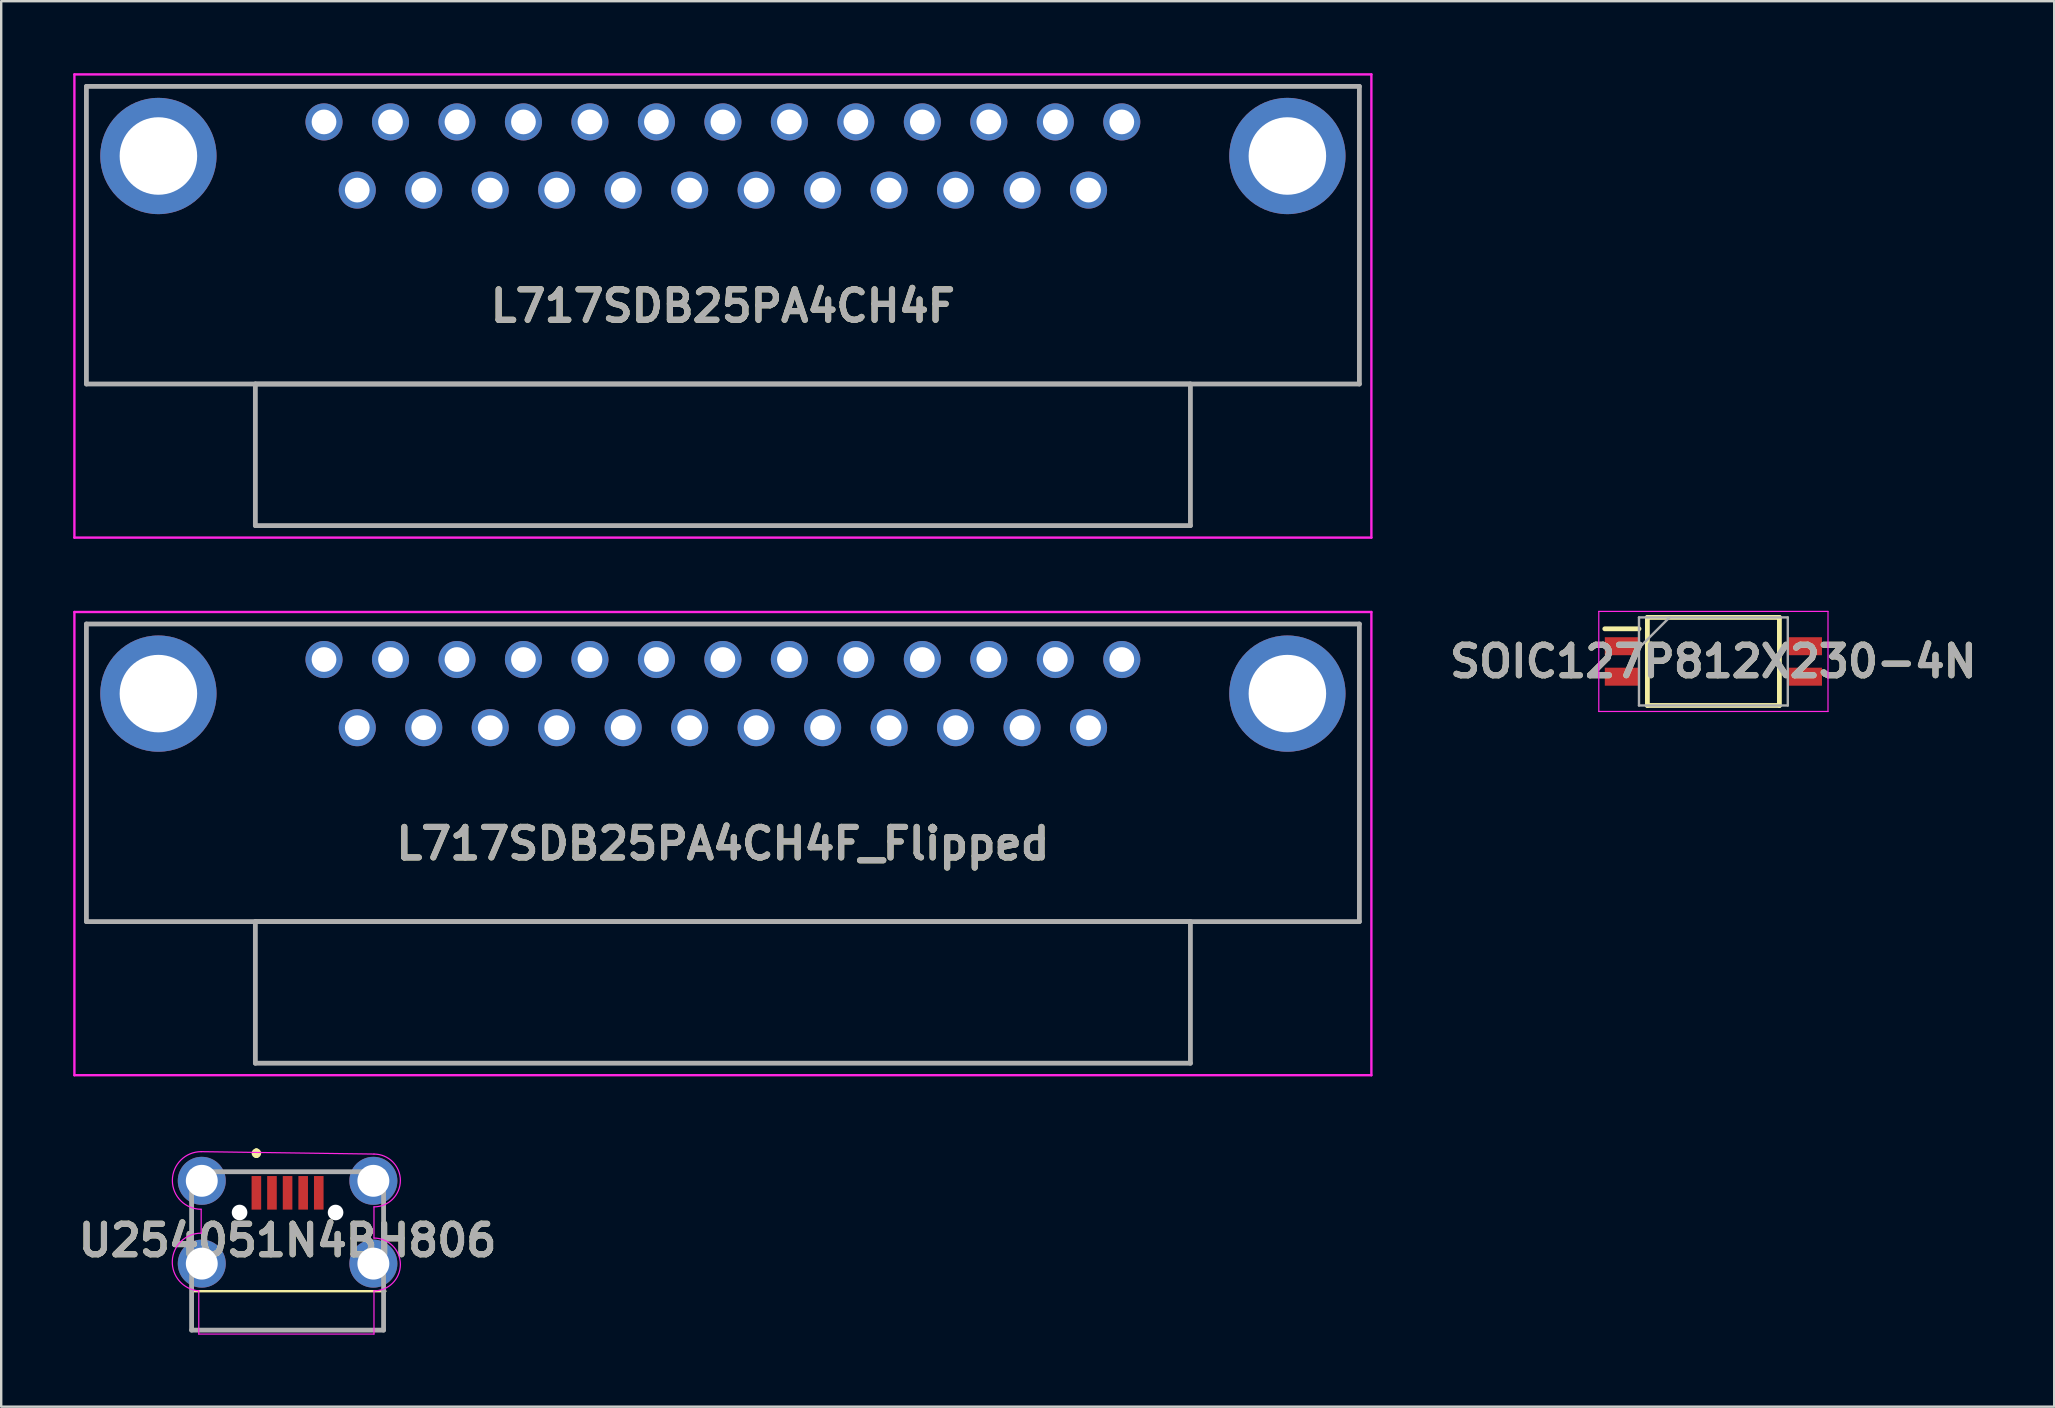
<source format=kicad_pcb>
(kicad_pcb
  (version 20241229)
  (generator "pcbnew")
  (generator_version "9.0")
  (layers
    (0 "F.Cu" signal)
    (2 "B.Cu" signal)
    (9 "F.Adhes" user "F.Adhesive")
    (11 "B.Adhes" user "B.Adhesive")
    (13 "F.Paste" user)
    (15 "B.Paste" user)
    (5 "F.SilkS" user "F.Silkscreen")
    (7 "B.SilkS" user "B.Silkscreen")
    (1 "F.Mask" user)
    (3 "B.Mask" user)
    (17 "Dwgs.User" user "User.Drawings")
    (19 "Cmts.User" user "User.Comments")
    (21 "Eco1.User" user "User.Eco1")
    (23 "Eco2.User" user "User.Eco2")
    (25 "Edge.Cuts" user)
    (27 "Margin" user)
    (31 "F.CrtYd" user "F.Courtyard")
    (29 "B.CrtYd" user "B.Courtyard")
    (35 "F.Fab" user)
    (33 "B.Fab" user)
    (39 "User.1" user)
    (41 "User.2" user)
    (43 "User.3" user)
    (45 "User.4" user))
  (footprint "L717SDB25PA4CH4F"
    (layer "F.Cu")
    (at 10.45 2.03)
    (property "Reference" "L717SDB25PA4CH4F" (at 16.62 7.67 0) (layer "F.SilkS") (effects (font (size 1.27 1.27) (thickness 0.254))))
    (attr through_hole)
    (fp_line (start -9.9 -1.48) (end 43.14 -1.48) (stroke (width 0.1) (type solid)) (layer "F.SilkS"))
    (fp_line (start -9.9 10.92) (end -9.9 -1.48) (stroke (width 0.1) (type solid)) (layer "F.SilkS"))
    (fp_line (start 43.14 -1.48) (end 43.14 10.92) (stroke (width 0.1) (type solid)) (layer "F.SilkS"))
    (fp_line (start 43.14 10.92) (end -9.9 10.92) (stroke (width 0.1) (type solid)) (layer "F.SilkS"))
    (fp_line (start -10.4 -1.98) (end 43.64 -1.98) (stroke (width 0.1) (type solid)) (layer "F.CrtYd"))
    (fp_line (start -10.4 17.32) (end -10.4 -1.98) (stroke (width 0.1) (type solid)) (layer "F.CrtYd"))
    (fp_line (start 43.64 -1.98) (end 43.64 17.32) (stroke (width 0.1) (type solid)) (layer "F.CrtYd"))
    (fp_line (start 43.64 17.32) (end -10.4 17.32) (stroke (width 0.1) (type solid)) (layer "F.CrtYd"))
    (fp_line (start -9.9 -1.48) (end 43.14 -1.48) (stroke (width 0.2) (type solid)) (layer "F.Fab"))
    (fp_line (start -9.9 10.92) (end -9.9 -1.48) (stroke (width 0.2) (type solid)) (layer "F.Fab"))
    (fp_line (start -2.86 10.92) (end -2.86 16.82) (stroke (width 0.2) (type solid)) (layer "F.Fab"))
    (fp_line (start -2.86 16.82) (end 36.1 16.82) (stroke (width 0.2) (type solid)) (layer "F.Fab"))
    (fp_line (start 36.1 10.92) (end -2.86 10.92) (stroke (width 0.2) (type solid)) (layer "F.Fab"))
    (fp_line (start 36.1 16.82) (end 36.1 10.92) (stroke (width 0.2) (type solid)) (layer "F.Fab"))
    (fp_line (start 43.14 -1.48) (end 43.14 10.92) (stroke (width 0.2) (type solid)) (layer "F.Fab"))
    (fp_line (start 43.14 10.92) (end -9.9 10.92) (stroke (width 0.2) (type solid)) (layer "F.Fab"))
    (fp_text user "${REFERENCE}" (at 16.62 7.67 0) (layer "F.Fab") (effects (font (size 1.27 1.27) (thickness 0.254))))
    (pad "1" thru_hole circle (at 0 0) (size 1.545 1.545) (drill 1.03) (layers "*.Cu" "*.Mask"))
    (pad "2" thru_hole circle (at 2.77 0) (size 1.545 1.545) (drill 1.03) (layers "*.Cu" "*.Mask"))
    (pad "3" thru_hole circle (at 5.54 0) (size 1.545 1.545) (drill 1.03) (layers "*.Cu" "*.Mask"))
    (pad "4" thru_hole circle (at 8.31 0) (size 1.545 1.545) (drill 1.03) (layers "*.Cu" "*.Mask"))
    (pad "5" thru_hole circle (at 11.08 0) (size 1.545 1.545) (drill 1.03) (layers "*.Cu" "*.Mask"))
    (pad "6" thru_hole circle (at 13.85 0) (size 1.545 1.545) (drill 1.03) (layers "*.Cu" "*.Mask"))
    (pad "7" thru_hole circle (at 16.62 0) (size 1.545 1.545) (drill 1.03) (layers "*.Cu" "*.Mask"))
    (pad "8" thru_hole circle (at 19.39 0) (size 1.545 1.545) (drill 1.03) (layers "*.Cu" "*.Mask"))
    (pad "9" thru_hole circle (at 22.16 0) (size 1.545 1.545) (drill 1.03) (layers "*.Cu" "*.Mask"))
    (pad "10" thru_hole circle (at 24.93 0) (size 1.545 1.545) (drill 1.03) (layers "*.Cu" "*.Mask"))
    (pad "11" thru_hole circle (at 27.7 0) (size 1.545 1.545) (drill 1.03) (layers "*.Cu" "*.Mask"))
    (pad "12" thru_hole circle (at 30.47 0) (size 1.545 1.545) (drill 1.03) (layers "*.Cu" "*.Mask"))
    (pad "13" thru_hole circle (at 33.24 0) (size 1.545 1.545) (drill 1.03) (layers "*.Cu" "*.Mask"))
    (pad "14" thru_hole circle (at 1.385 2.84) (size 1.545 1.545) (drill 1.03) (layers "*.Cu" "*.Mask"))
    (pad "15" thru_hole circle (at 4.155 2.84) (size 1.545 1.545) (drill 1.03) (layers "*.Cu" "*.Mask"))
    (pad "16" thru_hole circle (at 6.925 2.84) (size 1.545 1.545) (drill 1.03) (layers "*.Cu" "*.Mask"))
    (pad "17" thru_hole circle (at 9.695 2.84) (size 1.545 1.545) (drill 1.03) (layers "*.Cu" "*.Mask"))
    (pad "18" thru_hole circle (at 12.465 2.84) (size 1.545 1.545) (drill 1.03) (layers "*.Cu" "*.Mask"))
    (pad "19" thru_hole circle (at 15.235 2.84) (size 1.545 1.545) (drill 1.03) (layers "*.Cu" "*.Mask"))
    (pad "20" thru_hole circle (at 18.005 2.84) (size 1.545 1.545) (drill 1.03) (layers "*.Cu" "*.Mask"))
    (pad "21" thru_hole circle (at 20.775 2.84) (size 1.545 1.545) (drill 1.03) (layers "*.Cu" "*.Mask"))
    (pad "22" thru_hole circle (at 23.545 2.84) (size 1.545 1.545) (drill 1.03) (layers "*.Cu" "*.Mask"))
    (pad "23" thru_hole circle (at 26.315 2.84) (size 1.545 1.545) (drill 1.03) (layers "*.Cu" "*.Mask"))
    (pad "24" thru_hole circle (at 29.085 2.84) (size 1.545 1.545) (drill 1.03) (layers "*.Cu" "*.Mask"))
    (pad "25" thru_hole circle (at 31.855 2.84) (size 1.545 1.545) (drill 1.03) (layers "*.Cu" "*.Mask"))
    (pad "MH1" thru_hole circle (at -6.9 1.42) (size 4.845 4.845) (drill 3.23) (layers "*.Cu" "*.Mask"))
    (pad "MH2" thru_hole circle (at 40.14 1.42) (size 4.845 4.845) (drill 3.23) (layers "*.Cu" "*.Mask")))
  (footprint "L717SDB25PA4CH4F_Flipped"
    (layer "F.Cu")
    (at 10.45 24.43)
    (property "Reference" "L717SDB25PA4CH4F_Flipped" (at 16.62 7.67 0) (layer "F.SilkS") (effects (font (size 1.27 1.27) (thickness 0.254))))
    (attr through_hole)
    (fp_line (start -9.9 -1.48) (end 43.14 -1.48) (stroke (width 0.1) (type solid)) (layer "F.SilkS"))
    (fp_line (start -9.9 10.92) (end -9.9 -1.48) (stroke (width 0.1) (type solid)) (layer "F.SilkS"))
    (fp_line (start 43.14 -1.48) (end 43.14 10.92) (stroke (width 0.1) (type solid)) (layer "F.SilkS"))
    (fp_line (start 43.14 10.92) (end -9.9 10.92) (stroke (width 0.1) (type solid)) (layer "F.SilkS"))
    (fp_line (start -10.4 -1.98) (end 43.64 -1.98) (stroke (width 0.1) (type solid)) (layer "F.CrtYd"))
    (fp_line (start -10.4 17.32) (end -10.4 -1.98) (stroke (width 0.1) (type solid)) (layer "F.CrtYd"))
    (fp_line (start 43.64 -1.98) (end 43.64 17.32) (stroke (width 0.1) (type solid)) (layer "F.CrtYd"))
    (fp_line (start 43.64 17.32) (end -10.4 17.32) (stroke (width 0.1) (type solid)) (layer "F.CrtYd"))
    (fp_line (start -9.9 -1.48) (end 43.14 -1.48) (stroke (width 0.2) (type solid)) (layer "F.Fab"))
    (fp_line (start -9.9 10.92) (end -9.9 -1.48) (stroke (width 0.2) (type solid)) (layer "F.Fab"))
    (fp_line (start -2.86 10.92) (end -2.86 16.82) (stroke (width 0.2) (type solid)) (layer "F.Fab"))
    (fp_line (start -2.86 16.82) (end 36.1 16.82) (stroke (width 0.2) (type solid)) (layer "F.Fab"))
    (fp_line (start 36.1 10.92) (end -2.86 10.92) (stroke (width 0.2) (type solid)) (layer "F.Fab"))
    (fp_line (start 36.1 16.82) (end 36.1 10.92) (stroke (width 0.2) (type solid)) (layer "F.Fab"))
    (fp_line (start 43.14 -1.48) (end 43.14 10.92) (stroke (width 0.2) (type solid)) (layer "F.Fab"))
    (fp_line (start 43.14 10.92) (end -9.9 10.92) (stroke (width 0.2) (type solid)) (layer "F.Fab"))
    (fp_text user "${REFERENCE}" (at 16.62 7.67 0) (layer "F.Fab") (effects (font (size 1.27 1.27) (thickness 0.254))))
    (pad "1" thru_hole circle (at 33.24 0) (size 1.545 1.545) (drill 1.03) (layers "*.Cu" "*.Mask"))
    (pad "2" thru_hole circle (at 30.47 0) (size 1.545 1.545) (drill 1.03) (layers "*.Cu" "*.Mask"))
    (pad "3" thru_hole circle (at 27.7 0) (size 1.545 1.545) (drill 1.03) (layers "*.Cu" "*.Mask"))
    (pad "4" thru_hole circle (at 24.93 0) (size 1.545 1.545) (drill 1.03) (layers "*.Cu" "*.Mask"))
    (pad "5" thru_hole circle (at 22.16 0) (size 1.545 1.545) (drill 1.03) (layers "*.Cu" "*.Mask"))
    (pad "6" thru_hole circle (at 19.39 0) (size 1.545 1.545) (drill 1.03) (layers "*.Cu" "*.Mask"))
    (pad "7" thru_hole circle (at 16.62 0) (size 1.545 1.545) (drill 1.03) (layers "*.Cu" "*.Mask"))
    (pad "8" thru_hole circle (at 13.85 0) (size 1.545 1.545) (drill 1.03) (layers "*.Cu" "*.Mask"))
    (pad "9" thru_hole circle (at 11.08 0) (size 1.545 1.545) (drill 1.03) (layers "*.Cu" "*.Mask"))
    (pad "10" thru_hole circle (at 8.31 0) (size 1.545 1.545) (drill 1.03) (layers "*.Cu" "*.Mask"))
    (pad "11" thru_hole circle (at 5.54 0) (size 1.545 1.545) (drill 1.03) (layers "*.Cu" "*.Mask"))
    (pad "12" thru_hole circle (at 2.77 0) (size 1.545 1.545) (drill 1.03) (layers "*.Cu" "*.Mask"))
    (pad "13" thru_hole circle (at 0 0) (size 1.545 1.545) (drill 1.03) (layers "*.Cu" "*.Mask"))
    (pad "14" thru_hole circle (at 31.855 2.84) (size 1.545 1.545) (drill 1.03) (layers "*.Cu" "*.Mask"))
    (pad "15" thru_hole circle (at 29.085 2.84) (size 1.545 1.545) (drill 1.03) (layers "*.Cu" "*.Mask"))
    (pad "16" thru_hole circle (at 26.315 2.84) (size 1.545 1.545) (drill 1.03) (layers "*.Cu" "*.Mask"))
    (pad "17" thru_hole circle (at 23.545 2.84) (size 1.545 1.545) (drill 1.03) (layers "*.Cu" "*.Mask"))
    (pad "18" thru_hole circle (at 20.775 2.84) (size 1.545 1.545) (drill 1.03) (layers "*.Cu" "*.Mask"))
    (pad "19" thru_hole circle (at 18.005 2.84) (size 1.545 1.545) (drill 1.03) (layers "*.Cu" "*.Mask"))
    (pad "20" thru_hole circle (at 15.235 2.84) (size 1.545 1.545) (drill 1.03) (layers "*.Cu" "*.Mask"))
    (pad "21" thru_hole circle (at 12.465 2.84) (size 1.545 1.545) (drill 1.03) (layers "*.Cu" "*.Mask"))
    (pad "22" thru_hole circle (at 9.695 2.84) (size 1.545 1.545) (drill 1.03) (layers "*.Cu" "*.Mask"))
    (pad "23" thru_hole circle (at 6.925 2.84) (size 1.545 1.545) (drill 1.03) (layers "*.Cu" "*.Mask"))
    (pad "24" thru_hole circle (at 4.155 2.84) (size 1.545 1.545) (drill 1.03) (layers "*.Cu" "*.Mask"))
    (pad "25" thru_hole circle (at 1.385 2.84) (size 1.545 1.545) (drill 1.03) (layers "*.Cu" "*.Mask"))
    (pad "MH1" thru_hole circle (at -6.9 1.42) (size 4.845 4.845) (drill 3.23) (layers "*.Cu" "*.Mask"))
    (pad "MH2" thru_hole circle (at 40.14 1.42) (size 4.845 4.845) (drill 3.23) (layers "*.Cu" "*.Mask")))
  (footprint "SOIC127P812X230-4N"
    (layer "F.Cu")
    (at 68.34 24.51)
    (property "Reference" "SOIC127P812X230-4N" (at 0 0 0) (layer "F.SilkS") (effects (font (size 1.27 1.27) (thickness 0.254))))
    (attr smd)
    (fp_line (start -4.525 -1.36) (end -3.1 -1.36) (stroke (width 0.2) (type solid)) (layer "F.SilkS"))
    (fp_line (start -2.75 -1.835) (end 2.75 -1.835) (stroke (width 0.2) (type solid)) (layer "F.SilkS"))
    (fp_line (start -2.75 1.835) (end -2.75 -1.835) (stroke (width 0.2) (type solid)) (layer "F.SilkS"))
    (fp_line (start 2.75 -1.835) (end 2.75 1.835) (stroke (width 0.2) (type solid)) (layer "F.SilkS"))
    (fp_line (start 2.75 1.835) (end -2.75 1.835) (stroke (width 0.2) (type solid)) (layer "F.SilkS"))
    (fp_line (start -4.775 -2.085) (end 4.775 -2.085) (stroke (width 0.05) (type solid)) (layer "F.CrtYd"))
    (fp_line (start -4.775 2.085) (end -4.775 -2.085) (stroke (width 0.05) (type solid)) (layer "F.CrtYd"))
    (fp_line (start 4.775 -2.085) (end 4.775 2.085) (stroke (width 0.05) (type solid)) (layer "F.CrtYd"))
    (fp_line (start 4.775 2.085) (end -4.775 2.085) (stroke (width 0.05) (type solid)) (layer "F.CrtYd"))
    (fp_line (start -3.1 -1.835) (end 3.1 -1.835) (stroke (width 0.1) (type solid)) (layer "F.Fab"))
    (fp_line (start -3.1 -0.565) (end -1.83 -1.835) (stroke (width 0.1) (type solid)) (layer "F.Fab"))
    (fp_line (start -3.1 1.835) (end -3.1 -1.835) (stroke (width 0.1) (type solid)) (layer "F.Fab"))
    (fp_line (start 3.1 -1.835) (end 3.1 1.835) (stroke (width 0.1) (type solid)) (layer "F.Fab"))
    (fp_line (start 3.1 1.835) (end -3.1 1.835) (stroke (width 0.1) (type solid)) (layer "F.Fab"))
    (fp_text user "${REFERENCE}" (at 0 0 0) (layer "F.Fab") (effects (font (size 1.27 1.27) (thickness 0.254))))
    (pad "1" smd rect (at -3.812 -0.635 90) (size 0.75 1.425) (layers "F.Cu" "F.Mask" "F.Paste"))
    (pad "2" smd rect (at -3.812 0.635 90) (size 0.75 1.425) (layers "F.Cu" "F.Mask" "F.Paste"))
    (pad "3" smd rect (at 3.812 0.635 90) (size 0.75 1.425) (layers "F.Cu" "F.Mask" "F.Paste"))
    (pad "4" smd rect (at 3.812 -0.635 90) (size 0.75 1.425) (layers "F.Cu" "F.Mask" "F.Paste")))
  (footprint "U254051N4BH806"
    (layer "F.Cu")
    (at 8.932 48.635)
    (property "Reference" "U254051N4BH806" (at 0 0 0) (layer "F.SilkS") (effects (font (size 1.27 1.27) (thickness 0.254))))
    (attr through_hole)
    (fp_line (start -3.924 2.115) (end 4.075 2.115) (stroke (width 0.1) (type solid)) (layer "F.SilkS"))
    (fp_line (start -1.299 -3.735) (end -1.299 -3.735) (stroke (width 0.2) (type solid)) (layer "F.SilkS"))
    (fp_line (start -1.299 -3.535) (end -1.299 -3.535) (stroke (width 0.2) (type solid)) (layer "F.SilkS"))
    (fp_arc (start -1.299 -3.735) (mid -1.199 -3.635) (end -1.299 -3.535) (stroke (width 0.2) (type solid)) (layer "F.SilkS"))
    (fp_arc (start -1.299 -3.535) (mid -1.399 -3.635) (end -1.299 -3.735) (stroke (width 0.2) (type solid)) (layer "F.SilkS"))
    (fp_line (start -3.7 2.1) (end -3.7 3.9) (stroke (width 0.05) (type solid)) (layer "F.CrtYd"))
    (fp_line (start -3.6 -3.7) (end 3.6 -3.6) (stroke (width 0.05) (type solid)) (layer "F.CrtYd"))
    (fp_line (start -3.6 -1.3) (end -3.6 -0.304) (stroke (width 0.05) (type solid)) (layer "F.CrtYd"))
    (fp_line (start 3.6 -1.4) (end 3.6 -0.1) (stroke (width 0.05) (type solid)) (layer "F.CrtYd"))
    (fp_line (start 3.6 2.1) (end 3.6 3.9) (stroke (width 0.05) (type solid)) (layer "F.CrtYd"))
    (fp_line (start 3.6 3.9) (end -3.7 3.9) (stroke (width 0.05) (type solid)) (layer "F.CrtYd"))
    (fp_arc (start -3.7 2.1) (mid -4.803119 0.849957) (end -3.6 -0.304159) (stroke (width 0.05) (type solid)) (layer "F.CrtYd"))
    (fp_arc (start -3.6 -1.3) (mid -4.8 -2.5) (end -3.6 -3.7) (stroke (width 0.05) (type solid)) (layer "F.CrtYd"))
    (fp_arc (start 3.6 -3.6) (mid 4.7 -2.5) (end 3.6 -1.4) (stroke (width 0.05) (type solid)) (layer "F.CrtYd"))
    (fp_arc (start 3.6 -0.1) (mid 4.7 1) (end 3.6 2.1) (stroke (width 0.05) (type solid)) (layer "F.CrtYd"))
    (fp_line (start -3.999 -2.865) (end 4 -2.865) (stroke (width 0.2) (type solid)) (layer "F.Fab"))
    (fp_line (start -3.999 3.735) (end -3.999 -2.865) (stroke (width 0.2) (type solid)) (layer "F.Fab"))
    (fp_line (start 4 -2.865) (end 4 3.735) (stroke (width 0.2) (type solid)) (layer "F.Fab"))
    (fp_line (start 4 3.735) (end -3.999 3.735) (stroke (width 0.2) (type solid)) (layer "F.Fab"))
    (fp_text user "${REFERENCE}" (at 0 0 0) (layer "F.Fab") (effects (font (size 1.27 1.27) (thickness 0.254))))
    (pad "" np_thru_hole circle (at -2 -1.165) (size 0.65 0.65) (drill 0.65) (layers "*.Cu" "*.Mask"))
    (pad "" np_thru_hole circle (at 2 -1.165) (size 0.65 0.65) (drill 0.65) (layers "*.Cu" "*.Mask"))
    (pad "1" smd rect (at -1.3 -1.985) (size 0.4 1.4) (layers "F.Cu" "F.Mask" "F.Paste"))
    (pad "2" smd rect (at -0.65 -1.985) (size 0.4 1.4) (layers "F.Cu" "F.Mask" "F.Paste"))
    (pad "3" smd rect (at 0 -1.985) (size 0.4 1.4) (layers "F.Cu" "F.Mask" "F.Paste"))
    (pad "4" smd rect (at 0.65 -1.985) (size 0.4 1.4) (layers "F.Cu" "F.Mask" "F.Paste"))
    (pad "5" smd rect (at 1.3 -1.985) (size 0.4 1.4) (layers "F.Cu" "F.Mask" "F.Paste"))
    (pad "MH1" thru_hole circle (at -3.575 0.965) (size 2 2) (drill 1.329) (layers "*.Cu" "*.Mask"))
    (pad "MH2" thru_hole circle (at 3.575 0.965) (size 2 2) (drill 1.329) (layers "*.Cu" "*.Mask"))
    (pad "MH3" thru_hole circle (at 3.575 -2.485) (size 2 2) (drill 1.329) (layers "*.Cu" "*.Mask"))
    (pad "MH4" thru_hole circle (at -3.575 -2.485) (size 2 2) (drill 1.329) (layers "*.Cu" "*.Mask")))
  (gr_rect
    (start -3 -3)
    (end 82.54 55.56)
    (stroke (width 0.1) (type default))
    (fill no)
    (layer "Edge.Cuts")))
</source>
